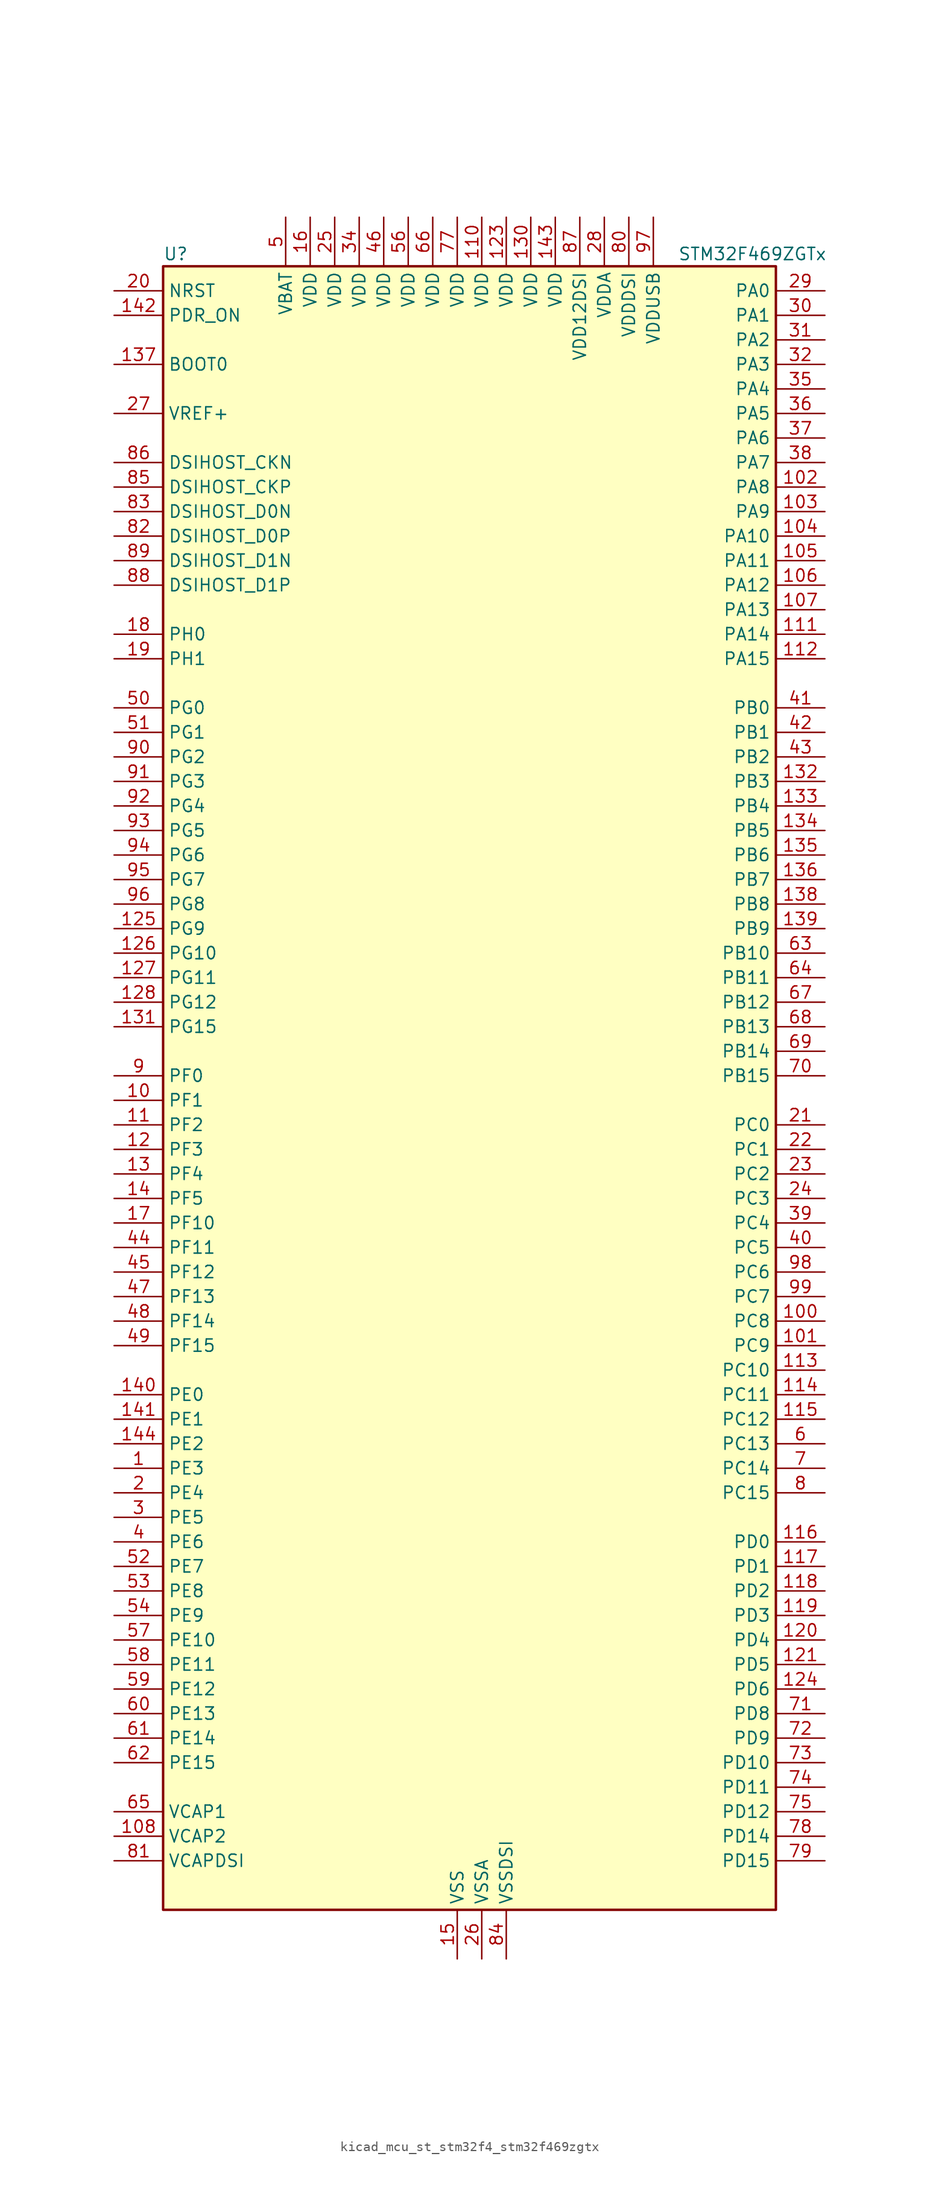
<source format=kicad_sym>
(kicad_symbol_lib
  (version 20220914)
  (generator kicad_symbol_editor)
  (symbol "kicad_mcu_st_stm32f4_stm32f469zgtx"
    (property "Reference" "U"
      (at -30.48 87.63 0)
      (effects (font (size 1.27 1.27)) (justify left)))
    (property "Value" "STM32F469ZGTx"
      (at 22.86 87.63 0)
      (effects (font (size 1.27 1.27)) (justify left)))
    (property "ki_locked" ""
      (at 0 0 0)
      (effects (font (size 1.27 1.27))))
    (symbol "kicad_mcu_st_stm32f4_stm32f469zgtx_0_1"
      (rectangle (start -30.48 -83.82) (end 33.02 86.36) (stroke (width 0.254) (type default)) (fill (type background))))
    (symbol "kicad_mcu_st_stm32f4_stm32f469zgtx_1_1"
      (pin bidirectional line (at -35.56 -38.1 0) (length 5.08) (name "PE3" (effects (font (size 1.27 1.27)))) (number "1" (effects (font (size 1.27 1.27)))) (alternate "FMC_A19" bidirectional line) (alternate "SAI1_SD_B" bidirectional line) (alternate "SYS_TRACED0" bidirectional line))
      (pin bidirectional line (at -35.56 0 0) (length 5.08) (name "PF1" (effects (font (size 1.27 1.27)))) (number "10" (effects (font (size 1.27 1.27)))) (alternate "FMC_A1" bidirectional line) (alternate "I2C2_SCL" bidirectional line))
      (pin bidirectional line (at 38.1 -22.86 180) (length 5.08) (name "PC8" (effects (font (size 1.27 1.27)))) (number "100" (effects (font (size 1.27 1.27)))) (alternate "DCMI_D2" bidirectional line) (alternate "SDIO_D0" bidirectional line) (alternate "SYS_TRACED1" bidirectional line) (alternate "TIM3_CH3" bidirectional line) (alternate "TIM8_CH3" bidirectional line) (alternate "USART6_CK" bidirectional line))
      (pin bidirectional line (at 38.1 -25.4 180) (length 5.08) (name "PC9" (effects (font (size 1.27 1.27)))) (number "101" (effects (font (size 1.27 1.27)))) (alternate "DAC_EXTI9" bidirectional line) (alternate "DCMI_D3" bidirectional line) (alternate "I2C3_SDA" bidirectional line) (alternate "I2S_CKIN" bidirectional line) (alternate "QUADSPI_BK1_IO0" bidirectional line) (alternate "RCC_MCO_2" bidirectional line) (alternate "SDIO_D1" bidirectional line) (alternate "TIM3_CH4" bidirectional line) (alternate "TIM8_CH4" bidirectional line))
      (pin bidirectional line (at 38.1 63.5 180) (length 5.08) (name "PA8" (effects (font (size 1.27 1.27)))) (number "102" (effects (font (size 1.27 1.27)))) (alternate "I2C3_SCL" bidirectional line) (alternate "LTDC_R6" bidirectional line) (alternate "RCC_MCO_1" bidirectional line) (alternate "TIM1_CH1" bidirectional line) (alternate "USART1_CK" bidirectional line) (alternate "USB_OTG_FS_SOF" bidirectional line))
      (pin bidirectional line (at 38.1 60.96 180) (length 5.08) (name "PA9" (effects (font (size 1.27 1.27)))) (number "103" (effects (font (size 1.27 1.27)))) (alternate "DAC_EXTI9" bidirectional line) (alternate "DCMI_D0" bidirectional line) (alternate "I2C3_SMBA" bidirectional line) (alternate "I2S2_CK" bidirectional line) (alternate "SPI2_SCK" bidirectional line) (alternate "TIM1_CH2" bidirectional line) (alternate "USART1_TX" bidirectional line) (alternate "USB_OTG_FS_VBUS" bidirectional line))
      (pin bidirectional line (at 38.1 58.42 180) (length 5.08) (name "PA10" (effects (font (size 1.27 1.27)))) (number "104" (effects (font (size 1.27 1.27)))) (alternate "DCMI_D1" bidirectional line) (alternate "TIM1_CH3" bidirectional line) (alternate "USART1_RX" bidirectional line) (alternate "USB_OTG_FS_ID" bidirectional line))
      (pin bidirectional line (at 38.1 55.88 180) (length 5.08) (name "PA11" (effects (font (size 1.27 1.27)))) (number "105" (effects (font (size 1.27 1.27)))) (alternate "ADC1_EXTI11" bidirectional line) (alternate "ADC2_EXTI11" bidirectional line) (alternate "ADC3_EXTI11" bidirectional line) (alternate "CAN1_RX" bidirectional line) (alternate "LTDC_R4" bidirectional line) (alternate "TIM1_CH4" bidirectional line) (alternate "USART1_CTS" bidirectional line) (alternate "USB_OTG_FS_DM" bidirectional line))
      (pin bidirectional line (at 38.1 53.34 180) (length 5.08) (name "PA12" (effects (font (size 1.27 1.27)))) (number "106" (effects (font (size 1.27 1.27)))) (alternate "CAN1_TX" bidirectional line) (alternate "LTDC_R5" bidirectional line) (alternate "TIM1_ETR" bidirectional line) (alternate "USART1_RTS" bidirectional line) (alternate "USB_OTG_FS_DP" bidirectional line))
      (pin bidirectional line (at 38.1 50.8 180) (length 5.08) (name "PA13" (effects (font (size 1.27 1.27)))) (number "107" (effects (font (size 1.27 1.27)))) (alternate "SYS_JTMS-SWDIO" bidirectional line))
      (pin power_out line (at -35.56 -76.2 0) (length 5.08) (name "VCAP2" (effects (font (size 1.27 1.27)))) (number "108" (effects (font (size 1.27 1.27)))))
      (pin passive line (at 0 -88.9 90) (length 5.08) hide (name "VSS" (effects (font (size 1.27 1.27)))) (number "109" (effects (font (size 1.27 1.27)))))
      (pin bidirectional line (at -35.56 -2.54 0) (length 5.08) (name "PF2" (effects (font (size 1.27 1.27)))) (number "11" (effects (font (size 1.27 1.27)))) (alternate "FMC_A2" bidirectional line) (alternate "I2C2_SMBA" bidirectional line))
      (pin power_in line (at 2.54 91.44 270) (length 5.08) (name "VDD" (effects (font (size 1.27 1.27)))) (number "110" (effects (font (size 1.27 1.27)))))
      (pin bidirectional line (at 38.1 48.26 180) (length 5.08) (name "PA14" (effects (font (size 1.27 1.27)))) (number "111" (effects (font (size 1.27 1.27)))) (alternate "SYS_JTCK-SWCLK" bidirectional line))
      (pin bidirectional line (at 38.1 45.72 180) (length 5.08) (name "PA15" (effects (font (size 1.27 1.27)))) (number "112" (effects (font (size 1.27 1.27)))) (alternate "ADC1_EXTI15" bidirectional line) (alternate "ADC2_EXTI15" bidirectional line) (alternate "ADC3_EXTI15" bidirectional line) (alternate "I2S3_WS" bidirectional line) (alternate "SPI1_NSS" bidirectional line) (alternate "SPI3_NSS" bidirectional line) (alternate "SYS_JTDI" bidirectional line) (alternate "TIM2_CH1" bidirectional line) (alternate "TIM2_ETR" bidirectional line))
      (pin bidirectional line (at 38.1 -27.94 180) (length 5.08) (name "PC10" (effects (font (size 1.27 1.27)))) (number "113" (effects (font (size 1.27 1.27)))) (alternate "DCMI_D8" bidirectional line) (alternate "I2S3_CK" bidirectional line) (alternate "LTDC_R2" bidirectional line) (alternate "QUADSPI_BK1_IO1" bidirectional line) (alternate "SDIO_D2" bidirectional line) (alternate "SPI3_SCK" bidirectional line) (alternate "UART4_TX" bidirectional line) (alternate "USART3_TX" bidirectional line))
      (pin bidirectional line (at 38.1 -30.48 180) (length 5.08) (name "PC11" (effects (font (size 1.27 1.27)))) (number "114" (effects (font (size 1.27 1.27)))) (alternate "ADC1_EXTI11" bidirectional line) (alternate "ADC2_EXTI11" bidirectional line) (alternate "ADC3_EXTI11" bidirectional line) (alternate "DCMI_D4" bidirectional line) (alternate "I2S3_ext_SD" bidirectional line) (alternate "QUADSPI_BK2_NCS" bidirectional line) (alternate "SDIO_D3" bidirectional line) (alternate "SPI3_MISO" bidirectional line) (alternate "UART4_RX" bidirectional line) (alternate "USART3_RX" bidirectional line))
      (pin bidirectional line (at 38.1 -33.02 180) (length 5.08) (name "PC12" (effects (font (size 1.27 1.27)))) (number "115" (effects (font (size 1.27 1.27)))) (alternate "DCMI_D9" bidirectional line) (alternate "I2S3_SD" bidirectional line) (alternate "SDIO_CK" bidirectional line) (alternate "SPI3_MOSI" bidirectional line) (alternate "SYS_TRACED3" bidirectional line) (alternate "UART5_TX" bidirectional line) (alternate "USART3_CK" bidirectional line))
      (pin bidirectional line (at 38.1 -45.72 180) (length 5.08) (name "PD0" (effects (font (size 1.27 1.27)))) (number "116" (effects (font (size 1.27 1.27)))) (alternate "CAN1_RX" bidirectional line) (alternate "FMC_D2" bidirectional line) (alternate "FMC_DA2" bidirectional line))
      (pin bidirectional line (at 38.1 -48.26 180) (length 5.08) (name "PD1" (effects (font (size 1.27 1.27)))) (number "117" (effects (font (size 1.27 1.27)))) (alternate "CAN1_TX" bidirectional line) (alternate "FMC_D3" bidirectional line) (alternate "FMC_DA3" bidirectional line))
      (pin bidirectional line (at 38.1 -50.8 180) (length 5.08) (name "PD2" (effects (font (size 1.27 1.27)))) (number "118" (effects (font (size 1.27 1.27)))) (alternate "DCMI_D11" bidirectional line) (alternate "SDIO_CMD" bidirectional line) (alternate "SYS_TRACED2" bidirectional line) (alternate "TIM3_ETR" bidirectional line) (alternate "UART5_RX" bidirectional line))
      (pin bidirectional line (at 38.1 -53.34 180) (length 5.08) (name "PD3" (effects (font (size 1.27 1.27)))) (number "119" (effects (font (size 1.27 1.27)))) (alternate "DCMI_D5" bidirectional line) (alternate "FMC_CLK" bidirectional line) (alternate "I2S2_CK" bidirectional line) (alternate "LTDC_G7" bidirectional line) (alternate "SPI2_SCK" bidirectional line) (alternate "USART2_CTS" bidirectional line))
      (pin bidirectional line (at -35.56 -5.08 0) (length 5.08) (name "PF3" (effects (font (size 1.27 1.27)))) (number "12" (effects (font (size 1.27 1.27)))) (alternate "ADC3_IN9" bidirectional line) (alternate "FMC_A3" bidirectional line))
      (pin bidirectional line (at 38.1 -55.88 180) (length 5.08) (name "PD4" (effects (font (size 1.27 1.27)))) (number "120" (effects (font (size 1.27 1.27)))) (alternate "FMC_NOE" bidirectional line) (alternate "USART2_RTS" bidirectional line))
      (pin bidirectional line (at 38.1 -58.42 180) (length 5.08) (name "PD5" (effects (font (size 1.27 1.27)))) (number "121" (effects (font (size 1.27 1.27)))) (alternate "FMC_NWE" bidirectional line) (alternate "USART2_TX" bidirectional line))
      (pin passive line (at 0 -88.9 90) (length 5.08) hide (name "VSS" (effects (font (size 1.27 1.27)))) (number "122" (effects (font (size 1.27 1.27)))))
      (pin power_in line (at 5.08 91.44 270) (length 5.08) (name "VDD" (effects (font (size 1.27 1.27)))) (number "123" (effects (font (size 1.27 1.27)))))
      (pin bidirectional line (at 38.1 -60.96 180) (length 5.08) (name "PD6" (effects (font (size 1.27 1.27)))) (number "124" (effects (font (size 1.27 1.27)))) (alternate "DCMI_D10" bidirectional line) (alternate "FMC_NWAIT" bidirectional line) (alternate "I2S3_SD" bidirectional line) (alternate "LTDC_B2" bidirectional line) (alternate "SAI1_SD_A" bidirectional line) (alternate "SPI3_MOSI" bidirectional line) (alternate "USART2_RX" bidirectional line))
      (pin bidirectional line (at -35.56 17.78 0) (length 5.08) (name "PG9" (effects (font (size 1.27 1.27)))) (number "125" (effects (font (size 1.27 1.27)))) (alternate "DAC_EXTI9" bidirectional line) (alternate "DCMI_VSYNC" bidirectional line) (alternate "FMC_NCE" bidirectional line) (alternate "FMC_NE2" bidirectional line) (alternate "QUADSPI_BK2_IO2" bidirectional line) (alternate "USART6_RX" bidirectional line))
      (pin bidirectional line (at -35.56 15.24 0) (length 5.08) (name "PG10" (effects (font (size 1.27 1.27)))) (number "126" (effects (font (size 1.27 1.27)))) (alternate "DCMI_D2" bidirectional line) (alternate "FMC_NE3" bidirectional line) (alternate "LTDC_B2" bidirectional line) (alternate "LTDC_G3" bidirectional line))
      (pin bidirectional line (at -35.56 12.7 0) (length 5.08) (name "PG11" (effects (font (size 1.27 1.27)))) (number "127" (effects (font (size 1.27 1.27)))) (alternate "ADC1_EXTI11" bidirectional line) (alternate "ADC2_EXTI11" bidirectional line) (alternate "ADC3_EXTI11" bidirectional line) (alternate "DCMI_D3" bidirectional line) (alternate "LTDC_B3" bidirectional line))
      (pin bidirectional line (at -35.56 10.16 0) (length 5.08) (name "PG12" (effects (font (size 1.27 1.27)))) (number "128" (effects (font (size 1.27 1.27)))) (alternate "FMC_NE4" bidirectional line) (alternate "LTDC_B1" bidirectional line) (alternate "LTDC_B4" bidirectional line) (alternate "USART6_RTS" bidirectional line))
      (pin passive line (at 0 -88.9 90) (length 5.08) hide (name "VSS" (effects (font (size 1.27 1.27)))) (number "129" (effects (font (size 1.27 1.27)))))
      (pin bidirectional line (at -35.56 -7.62 0) (length 5.08) (name "PF4" (effects (font (size 1.27 1.27)))) (number "13" (effects (font (size 1.27 1.27)))) (alternate "ADC3_IN14" bidirectional line) (alternate "FMC_A4" bidirectional line))
      (pin power_in line (at 7.62 91.44 270) (length 5.08) (name "VDD" (effects (font (size 1.27 1.27)))) (number "130" (effects (font (size 1.27 1.27)))))
      (pin bidirectional line (at -35.56 7.62 0) (length 5.08) (name "PG15" (effects (font (size 1.27 1.27)))) (number "131" (effects (font (size 1.27 1.27)))) (alternate "ADC1_EXTI15" bidirectional line) (alternate "ADC2_EXTI15" bidirectional line) (alternate "ADC3_EXTI15" bidirectional line) (alternate "DCMI_D13" bidirectional line) (alternate "FMC_SDNCAS" bidirectional line) (alternate "USART6_CTS" bidirectional line))
      (pin bidirectional line (at 38.1 33.02 180) (length 5.08) (name "PB3" (effects (font (size 1.27 1.27)))) (number "132" (effects (font (size 1.27 1.27)))) (alternate "I2S3_CK" bidirectional line) (alternate "SPI1_SCK" bidirectional line) (alternate "SPI3_SCK" bidirectional line) (alternate "SYS_JTDO-SWO" bidirectional line) (alternate "TIM2_CH2" bidirectional line))
      (pin bidirectional line (at 38.1 30.48 180) (length 5.08) (name "PB4" (effects (font (size 1.27 1.27)))) (number "133" (effects (font (size 1.27 1.27)))) (alternate "I2S3_ext_SD" bidirectional line) (alternate "SPI1_MISO" bidirectional line) (alternate "SPI3_MISO" bidirectional line) (alternate "SYS_JTRST" bidirectional line) (alternate "TIM3_CH1" bidirectional line))
      (pin bidirectional line (at 38.1 27.94 180) (length 5.08) (name "PB5" (effects (font (size 1.27 1.27)))) (number "134" (effects (font (size 1.27 1.27)))) (alternate "CAN2_RX" bidirectional line) (alternate "DCMI_D10" bidirectional line) (alternate "FMC_SDCKE1" bidirectional line) (alternate "I2C1_SMBA" bidirectional line) (alternate "I2S3_SD" bidirectional line) (alternate "LTDC_G7" bidirectional line) (alternate "SPI1_MOSI" bidirectional line) (alternate "SPI3_MOSI" bidirectional line) (alternate "TIM3_CH2" bidirectional line) (alternate "USB_OTG_HS_ULPI_D7" bidirectional line))
      (pin bidirectional line (at 38.1 25.4 180) (length 5.08) (name "PB6" (effects (font (size 1.27 1.27)))) (number "135" (effects (font (size 1.27 1.27)))) (alternate "CAN2_TX" bidirectional line) (alternate "DCMI_D5" bidirectional line) (alternate "FMC_SDNE1" bidirectional line) (alternate "I2C1_SCL" bidirectional line) (alternate "QUADSPI_BK1_NCS" bidirectional line) (alternate "TIM4_CH1" bidirectional line) (alternate "USART1_TX" bidirectional line))
      (pin bidirectional line (at 38.1 22.86 180) (length 5.08) (name "PB7" (effects (font (size 1.27 1.27)))) (number "136" (effects (font (size 1.27 1.27)))) (alternate "DCMI_VSYNC" bidirectional line) (alternate "FMC_NL" bidirectional line) (alternate "I2C1_SDA" bidirectional line) (alternate "TIM4_CH2" bidirectional line) (alternate "USART1_RX" bidirectional line))
      (pin input line (at -35.56 76.2 0) (length 5.08) (name "BOOT0" (effects (font (size 1.27 1.27)))) (number "137" (effects (font (size 1.27 1.27)))))
      (pin bidirectional line (at 38.1 20.32 180) (length 5.08) (name "PB8" (effects (font (size 1.27 1.27)))) (number "138" (effects (font (size 1.27 1.27)))) (alternate "CAN1_RX" bidirectional line) (alternate "DCMI_D6" bidirectional line) (alternate "I2C1_SCL" bidirectional line) (alternate "LTDC_B6" bidirectional line) (alternate "SDIO_D4" bidirectional line) (alternate "TIM10_CH1" bidirectional line) (alternate "TIM4_CH3" bidirectional line))
      (pin bidirectional line (at 38.1 17.78 180) (length 5.08) (name "PB9" (effects (font (size 1.27 1.27)))) (number "139" (effects (font (size 1.27 1.27)))) (alternate "CAN1_TX" bidirectional line) (alternate "DAC_EXTI9" bidirectional line) (alternate "DCMI_D7" bidirectional line) (alternate "I2C1_SDA" bidirectional line) (alternate "I2S2_WS" bidirectional line) (alternate "LTDC_B7" bidirectional line) (alternate "SDIO_D5" bidirectional line) (alternate "SPI2_NSS" bidirectional line) (alternate "TIM11_CH1" bidirectional line) (alternate "TIM4_CH4" bidirectional line))
      (pin bidirectional line (at -35.56 -10.16 0) (length 5.08) (name "PF5" (effects (font (size 1.27 1.27)))) (number "14" (effects (font (size 1.27 1.27)))) (alternate "ADC3_IN15" bidirectional line) (alternate "FMC_A5" bidirectional line))
      (pin bidirectional line (at -35.56 -30.48 0) (length 5.08) (name "PE0" (effects (font (size 1.27 1.27)))) (number "140" (effects (font (size 1.27 1.27)))) (alternate "DCMI_D2" bidirectional line) (alternate "FMC_NBL0" bidirectional line) (alternate "TIM4_ETR" bidirectional line) (alternate "UART8_RX" bidirectional line))
      (pin bidirectional line (at -35.56 -33.02 0) (length 5.08) (name "PE1" (effects (font (size 1.27 1.27)))) (number "141" (effects (font (size 1.27 1.27)))) (alternate "DCMI_D3" bidirectional line) (alternate "FMC_NBL1" bidirectional line) (alternate "UART8_TX" bidirectional line))
      (pin input line (at -35.56 81.28 0) (length 5.08) (name "PDR_ON" (effects (font (size 1.27 1.27)))) (number "142" (effects (font (size 1.27 1.27)))))
      (pin power_in line (at 10.16 91.44 270) (length 5.08) (name "VDD" (effects (font (size 1.27 1.27)))) (number "143" (effects (font (size 1.27 1.27)))))
      (pin bidirectional line (at -35.56 -35.56 0) (length 5.08) (name "PE2" (effects (font (size 1.27 1.27)))) (number "144" (effects (font (size 1.27 1.27)))) (alternate "FMC_A23" bidirectional line) (alternate "QUADSPI_BK1_IO2" bidirectional line) (alternate "SAI1_MCLK_A" bidirectional line) (alternate "SPI4_SCK" bidirectional line) (alternate "SYS_TRACECLK" bidirectional line))
      (pin power_in line (at 0 -88.9 90) (length 5.08) (name "VSS" (effects (font (size 1.27 1.27)))) (number "15" (effects (font (size 1.27 1.27)))))
      (pin power_in line (at -15.24 91.44 270) (length 5.08) (name "VDD" (effects (font (size 1.27 1.27)))) (number "16" (effects (font (size 1.27 1.27)))))
      (pin bidirectional line (at -35.56 -12.7 0) (length 5.08) (name "PF10" (effects (font (size 1.27 1.27)))) (number "17" (effects (font (size 1.27 1.27)))) (alternate "ADC3_IN8" bidirectional line) (alternate "DCMI_D11" bidirectional line) (alternate "LTDC_DE" bidirectional line) (alternate "QUADSPI_CLK" bidirectional line))
      (pin bidirectional line (at -35.56 48.26 0) (length 5.08) (name "PH0" (effects (font (size 1.27 1.27)))) (number "18" (effects (font (size 1.27 1.27)))) (alternate "RCC_OSC_IN" bidirectional line))
      (pin bidirectional line (at -35.56 45.72 0) (length 5.08) (name "PH1" (effects (font (size 1.27 1.27)))) (number "19" (effects (font (size 1.27 1.27)))) (alternate "RCC_OSC_OUT" bidirectional line))
      (pin bidirectional line (at -35.56 -40.64 0) (length 5.08) (name "PE4" (effects (font (size 1.27 1.27)))) (number "2" (effects (font (size 1.27 1.27)))) (alternate "DCMI_D4" bidirectional line) (alternate "FMC_A20" bidirectional line) (alternate "LTDC_B0" bidirectional line) (alternate "SAI1_FS_A" bidirectional line) (alternate "SPI4_NSS" bidirectional line) (alternate "SYS_TRACED1" bidirectional line))
      (pin input line (at -35.56 83.82 0) (length 5.08) (name "NRST" (effects (font (size 1.27 1.27)))) (number "20" (effects (font (size 1.27 1.27)))))
      (pin bidirectional line (at 38.1 -2.54 180) (length 5.08) (name "PC0" (effects (font (size 1.27 1.27)))) (number "21" (effects (font (size 1.27 1.27)))) (alternate "ADC1_IN10" bidirectional line) (alternate "ADC2_IN10" bidirectional line) (alternate "ADC3_IN10" bidirectional line) (alternate "FMC_SDNWE" bidirectional line) (alternate "LTDC_R5" bidirectional line) (alternate "USB_OTG_HS_ULPI_STP" bidirectional line))
      (pin bidirectional line (at 38.1 -5.08 180) (length 5.08) (name "PC1" (effects (font (size 1.27 1.27)))) (number "22" (effects (font (size 1.27 1.27)))) (alternate "ADC1_IN11" bidirectional line) (alternate "ADC2_IN11" bidirectional line) (alternate "ADC3_IN11" bidirectional line) (alternate "I2S2_SD" bidirectional line) (alternate "SAI1_SD_A" bidirectional line) (alternate "SPI2_MOSI" bidirectional line) (alternate "SYS_TRACED0" bidirectional line))
      (pin bidirectional line (at 38.1 -7.62 180) (length 5.08) (name "PC2" (effects (font (size 1.27 1.27)))) (number "23" (effects (font (size 1.27 1.27)))) (alternate "ADC1_IN12" bidirectional line) (alternate "ADC2_IN12" bidirectional line) (alternate "ADC3_IN12" bidirectional line) (alternate "FMC_SDNE0" bidirectional line) (alternate "I2S2_ext_SD" bidirectional line) (alternate "SPI2_MISO" bidirectional line) (alternate "USB_OTG_HS_ULPI_DIR" bidirectional line))
      (pin bidirectional line (at 38.1 -10.16 180) (length 5.08) (name "PC3" (effects (font (size 1.27 1.27)))) (number "24" (effects (font (size 1.27 1.27)))) (alternate "ADC1_IN13" bidirectional line) (alternate "ADC2_IN13" bidirectional line) (alternate "ADC3_IN13" bidirectional line) (alternate "FMC_SDCKE0" bidirectional line) (alternate "I2S2_SD" bidirectional line) (alternate "SPI2_MOSI" bidirectional line) (alternate "USB_OTG_HS_ULPI_NXT" bidirectional line))
      (pin power_in line (at -12.7 91.44 270) (length 5.08) (name "VDD" (effects (font (size 1.27 1.27)))) (number "25" (effects (font (size 1.27 1.27)))))
      (pin power_in line (at 2.54 -88.9 90) (length 5.08) (name "VSSA" (effects (font (size 1.27 1.27)))) (number "26" (effects (font (size 1.27 1.27)))))
      (pin input line (at -35.56 71.12 0) (length 5.08) (name "VREF+" (effects (font (size 1.27 1.27)))) (number "27" (effects (font (size 1.27 1.27)))))
      (pin power_in line (at 15.24 91.44 270) (length 5.08) (name "VDDA" (effects (font (size 1.27 1.27)))) (number "28" (effects (font (size 1.27 1.27)))))
      (pin bidirectional line (at 38.1 83.82 180) (length 5.08) (name "PA0" (effects (font (size 1.27 1.27)))) (number "29" (effects (font (size 1.27 1.27)))) (alternate "ADC1_IN0" bidirectional line) (alternate "ADC2_IN0" bidirectional line) (alternate "ADC3_IN0" bidirectional line) (alternate "SYS_WKUP" bidirectional line) (alternate "TIM2_CH1" bidirectional line) (alternate "TIM2_ETR" bidirectional line) (alternate "TIM5_CH1" bidirectional line) (alternate "TIM8_ETR" bidirectional line) (alternate "UART4_TX" bidirectional line) (alternate "USART2_CTS" bidirectional line))
      (pin bidirectional line (at -35.56 -43.18 0) (length 5.08) (name "PE5" (effects (font (size 1.27 1.27)))) (number "3" (effects (font (size 1.27 1.27)))) (alternate "DCMI_D6" bidirectional line) (alternate "FMC_A21" bidirectional line) (alternate "LTDC_G0" bidirectional line) (alternate "SAI1_SCK_A" bidirectional line) (alternate "SPI4_MISO" bidirectional line) (alternate "SYS_TRACED2" bidirectional line) (alternate "TIM9_CH1" bidirectional line))
      (pin bidirectional line (at 38.1 81.28 180) (length 5.08) (name "PA1" (effects (font (size 1.27 1.27)))) (number "30" (effects (font (size 1.27 1.27)))) (alternate "ADC1_IN1" bidirectional line) (alternate "ADC2_IN1" bidirectional line) (alternate "ADC3_IN1" bidirectional line) (alternate "LTDC_R2" bidirectional line) (alternate "QUADSPI_BK1_IO3" bidirectional line) (alternate "TIM2_CH2" bidirectional line) (alternate "TIM5_CH2" bidirectional line) (alternate "UART4_RX" bidirectional line) (alternate "USART2_RTS" bidirectional line))
      (pin bidirectional line (at 38.1 78.74 180) (length 5.08) (name "PA2" (effects (font (size 1.27 1.27)))) (number "31" (effects (font (size 1.27 1.27)))) (alternate "ADC1_IN2" bidirectional line) (alternate "ADC2_IN2" bidirectional line) (alternate "ADC3_IN2" bidirectional line) (alternate "LTDC_R1" bidirectional line) (alternate "TIM2_CH3" bidirectional line) (alternate "TIM5_CH3" bidirectional line) (alternate "TIM9_CH1" bidirectional line) (alternate "USART2_TX" bidirectional line))
      (pin bidirectional line (at 38.1 76.2 180) (length 5.08) (name "PA3" (effects (font (size 1.27 1.27)))) (number "32" (effects (font (size 1.27 1.27)))) (alternate "ADC1_IN3" bidirectional line) (alternate "ADC2_IN3" bidirectional line) (alternate "ADC3_IN3" bidirectional line) (alternate "LTDC_B2" bidirectional line) (alternate "LTDC_B5" bidirectional line) (alternate "TIM2_CH4" bidirectional line) (alternate "TIM5_CH4" bidirectional line) (alternate "TIM9_CH2" bidirectional line) (alternate "USART2_RX" bidirectional line) (alternate "USB_OTG_HS_ULPI_D0" bidirectional line))
      (pin passive line (at 0 -88.9 90) (length 5.08) hide (name "VSS" (effects (font (size 1.27 1.27)))) (number "33" (effects (font (size 1.27 1.27)))))
      (pin power_in line (at -10.16 91.44 270) (length 5.08) (name "VDD" (effects (font (size 1.27 1.27)))) (number "34" (effects (font (size 1.27 1.27)))))
      (pin bidirectional line (at 38.1 73.66 180) (length 5.08) (name "PA4" (effects (font (size 1.27 1.27)))) (number "35" (effects (font (size 1.27 1.27)))) (alternate "ADC1_IN4" bidirectional line) (alternate "ADC2_IN4" bidirectional line) (alternate "DAC_OUT1" bidirectional line) (alternate "DCMI_HSYNC" bidirectional line) (alternate "I2S3_WS" bidirectional line) (alternate "LTDC_VSYNC" bidirectional line) (alternate "SPI1_NSS" bidirectional line) (alternate "SPI3_NSS" bidirectional line) (alternate "USART2_CK" bidirectional line) (alternate "USB_OTG_HS_SOF" bidirectional line))
      (pin bidirectional line (at 38.1 71.12 180) (length 5.08) (name "PA5" (effects (font (size 1.27 1.27)))) (number "36" (effects (font (size 1.27 1.27)))) (alternate "ADC1_IN5" bidirectional line) (alternate "ADC2_IN5" bidirectional line) (alternate "DAC_OUT2" bidirectional line) (alternate "LTDC_R4" bidirectional line) (alternate "SPI1_SCK" bidirectional line) (alternate "TIM2_CH1" bidirectional line) (alternate "TIM2_ETR" bidirectional line) (alternate "TIM8_CH1N" bidirectional line) (alternate "USB_OTG_HS_ULPI_CK" bidirectional line))
      (pin bidirectional line (at 38.1 68.58 180) (length 5.08) (name "PA6" (effects (font (size 1.27 1.27)))) (number "37" (effects (font (size 1.27 1.27)))) (alternate "ADC1_IN6" bidirectional line) (alternate "ADC2_IN6" bidirectional line) (alternate "DCMI_PIXCLK" bidirectional line) (alternate "LTDC_G2" bidirectional line) (alternate "SPI1_MISO" bidirectional line) (alternate "TIM13_CH1" bidirectional line) (alternate "TIM1_BKIN" bidirectional line) (alternate "TIM3_CH1" bidirectional line) (alternate "TIM8_BKIN" bidirectional line))
      (pin bidirectional line (at 38.1 66.04 180) (length 5.08) (name "PA7" (effects (font (size 1.27 1.27)))) (number "38" (effects (font (size 1.27 1.27)))) (alternate "ADC1_IN7" bidirectional line) (alternate "ADC2_IN7" bidirectional line) (alternate "FMC_SDNWE" bidirectional line) (alternate "QUADSPI_CLK" bidirectional line) (alternate "SPI1_MOSI" bidirectional line) (alternate "TIM14_CH1" bidirectional line) (alternate "TIM1_CH1N" bidirectional line) (alternate "TIM3_CH2" bidirectional line) (alternate "TIM8_CH1N" bidirectional line))
      (pin bidirectional line (at 38.1 -12.7 180) (length 5.08) (name "PC4" (effects (font (size 1.27 1.27)))) (number "39" (effects (font (size 1.27 1.27)))) (alternate "ADC1_IN14" bidirectional line) (alternate "ADC2_IN14" bidirectional line) (alternate "FMC_SDNE0" bidirectional line))
      (pin bidirectional line (at -35.56 -45.72 0) (length 5.08) (name "PE6" (effects (font (size 1.27 1.27)))) (number "4" (effects (font (size 1.27 1.27)))) (alternate "DCMI_D7" bidirectional line) (alternate "FMC_A22" bidirectional line) (alternate "LTDC_G1" bidirectional line) (alternate "SAI1_SD_A" bidirectional line) (alternate "SPI4_MOSI" bidirectional line) (alternate "SYS_TRACED3" bidirectional line) (alternate "TIM9_CH2" bidirectional line))
      (pin bidirectional line (at 38.1 -15.24 180) (length 5.08) (name "PC5" (effects (font (size 1.27 1.27)))) (number "40" (effects (font (size 1.27 1.27)))) (alternate "ADC1_IN15" bidirectional line) (alternate "ADC2_IN15" bidirectional line) (alternate "FMC_SDCKE0" bidirectional line))
      (pin bidirectional line (at 38.1 40.64 180) (length 5.08) (name "PB0" (effects (font (size 1.27 1.27)))) (number "41" (effects (font (size 1.27 1.27)))) (alternate "ADC1_IN8" bidirectional line) (alternate "ADC2_IN8" bidirectional line) (alternate "LTDC_G1" bidirectional line) (alternate "LTDC_R3" bidirectional line) (alternate "TIM1_CH2N" bidirectional line) (alternate "TIM3_CH3" bidirectional line) (alternate "TIM8_CH2N" bidirectional line) (alternate "USB_OTG_HS_ULPI_D1" bidirectional line))
      (pin bidirectional line (at 38.1 38.1 180) (length 5.08) (name "PB1" (effects (font (size 1.27 1.27)))) (number "42" (effects (font (size 1.27 1.27)))) (alternate "ADC1_IN9" bidirectional line) (alternate "ADC2_IN9" bidirectional line) (alternate "LTDC_G0" bidirectional line) (alternate "LTDC_R6" bidirectional line) (alternate "TIM1_CH3N" bidirectional line) (alternate "TIM3_CH4" bidirectional line) (alternate "TIM8_CH3N" bidirectional line) (alternate "USB_OTG_HS_ULPI_D2" bidirectional line))
      (pin bidirectional line (at 38.1 35.56 180) (length 5.08) (name "PB2" (effects (font (size 1.27 1.27)))) (number "43" (effects (font (size 1.27 1.27)))))
      (pin bidirectional line (at -35.56 -15.24 0) (length 5.08) (name "PF11" (effects (font (size 1.27 1.27)))) (number "44" (effects (font (size 1.27 1.27)))) (alternate "ADC1_EXTI11" bidirectional line) (alternate "ADC2_EXTI11" bidirectional line) (alternate "ADC3_EXTI11" bidirectional line) (alternate "DCMI_D12" bidirectional line) (alternate "FMC_SDNRAS" bidirectional line))
      (pin bidirectional line (at -35.56 -17.78 0) (length 5.08) (name "PF12" (effects (font (size 1.27 1.27)))) (number "45" (effects (font (size 1.27 1.27)))) (alternate "FMC_A6" bidirectional line))
      (pin power_in line (at -7.62 91.44 270) (length 5.08) (name "VDD" (effects (font (size 1.27 1.27)))) (number "46" (effects (font (size 1.27 1.27)))))
      (pin bidirectional line (at -35.56 -20.32 0) (length 5.08) (name "PF13" (effects (font (size 1.27 1.27)))) (number "47" (effects (font (size 1.27 1.27)))) (alternate "FMC_A7" bidirectional line))
      (pin bidirectional line (at -35.56 -22.86 0) (length 5.08) (name "PF14" (effects (font (size 1.27 1.27)))) (number "48" (effects (font (size 1.27 1.27)))) (alternate "FMC_A8" bidirectional line))
      (pin bidirectional line (at -35.56 -25.4 0) (length 5.08) (name "PF15" (effects (font (size 1.27 1.27)))) (number "49" (effects (font (size 1.27 1.27)))) (alternate "ADC1_EXTI15" bidirectional line) (alternate "ADC2_EXTI15" bidirectional line) (alternate "ADC3_EXTI15" bidirectional line) (alternate "FMC_A9" bidirectional line))
      (pin power_in line (at -17.78 91.44 270) (length 5.08) (name "VBAT" (effects (font (size 1.27 1.27)))) (number "5" (effects (font (size 1.27 1.27)))))
      (pin bidirectional line (at -35.56 40.64 0) (length 5.08) (name "PG0" (effects (font (size 1.27 1.27)))) (number "50" (effects (font (size 1.27 1.27)))) (alternate "FMC_A10" bidirectional line))
      (pin bidirectional line (at -35.56 38.1 0) (length 5.08) (name "PG1" (effects (font (size 1.27 1.27)))) (number "51" (effects (font (size 1.27 1.27)))) (alternate "FMC_A11" bidirectional line))
      (pin bidirectional line (at -35.56 -48.26 0) (length 5.08) (name "PE7" (effects (font (size 1.27 1.27)))) (number "52" (effects (font (size 1.27 1.27)))) (alternate "FMC_D4" bidirectional line) (alternate "FMC_DA4" bidirectional line) (alternate "QUADSPI_BK2_IO0" bidirectional line) (alternate "TIM1_ETR" bidirectional line) (alternate "UART7_RX" bidirectional line))
      (pin bidirectional line (at -35.56 -50.8 0) (length 5.08) (name "PE8" (effects (font (size 1.27 1.27)))) (number "53" (effects (font (size 1.27 1.27)))) (alternate "FMC_D5" bidirectional line) (alternate "FMC_DA5" bidirectional line) (alternate "QUADSPI_BK2_IO1" bidirectional line) (alternate "TIM1_CH1N" bidirectional line) (alternate "UART7_TX" bidirectional line))
      (pin bidirectional line (at -35.56 -53.34 0) (length 5.08) (name "PE9" (effects (font (size 1.27 1.27)))) (number "54" (effects (font (size 1.27 1.27)))) (alternate "DAC_EXTI9" bidirectional line) (alternate "FMC_D6" bidirectional line) (alternate "FMC_DA6" bidirectional line) (alternate "QUADSPI_BK2_IO2" bidirectional line) (alternate "TIM1_CH1" bidirectional line))
      (pin passive line (at 0 -88.9 90) (length 5.08) hide (name "VSS" (effects (font (size 1.27 1.27)))) (number "55" (effects (font (size 1.27 1.27)))))
      (pin power_in line (at -5.08 91.44 270) (length 5.08) (name "VDD" (effects (font (size 1.27 1.27)))) (number "56" (effects (font (size 1.27 1.27)))))
      (pin bidirectional line (at -35.56 -55.88 0) (length 5.08) (name "PE10" (effects (font (size 1.27 1.27)))) (number "57" (effects (font (size 1.27 1.27)))) (alternate "FMC_D7" bidirectional line) (alternate "FMC_DA7" bidirectional line) (alternate "QUADSPI_BK2_IO3" bidirectional line) (alternate "TIM1_CH2N" bidirectional line))
      (pin bidirectional line (at -35.56 -58.42 0) (length 5.08) (name "PE11" (effects (font (size 1.27 1.27)))) (number "58" (effects (font (size 1.27 1.27)))) (alternate "ADC1_EXTI11" bidirectional line) (alternate "ADC2_EXTI11" bidirectional line) (alternate "ADC3_EXTI11" bidirectional line) (alternate "FMC_D8" bidirectional line) (alternate "FMC_DA8" bidirectional line) (alternate "LTDC_G3" bidirectional line) (alternate "SPI4_NSS" bidirectional line) (alternate "TIM1_CH2" bidirectional line))
      (pin bidirectional line (at -35.56 -60.96 0) (length 5.08) (name "PE12" (effects (font (size 1.27 1.27)))) (number "59" (effects (font (size 1.27 1.27)))) (alternate "FMC_D9" bidirectional line) (alternate "FMC_DA9" bidirectional line) (alternate "LTDC_B4" bidirectional line) (alternate "SPI4_SCK" bidirectional line) (alternate "TIM1_CH3N" bidirectional line))
      (pin bidirectional line (at 38.1 -35.56 180) (length 5.08) (name "PC13" (effects (font (size 1.27 1.27)))) (number "6" (effects (font (size 1.27 1.27)))) (alternate "RTC_AF1" bidirectional line))
      (pin bidirectional line (at -35.56 -63.5 0) (length 5.08) (name "PE13" (effects (font (size 1.27 1.27)))) (number "60" (effects (font (size 1.27 1.27)))) (alternate "FMC_D10" bidirectional line) (alternate "FMC_DA10" bidirectional line) (alternate "LTDC_DE" bidirectional line) (alternate "SPI4_MISO" bidirectional line) (alternate "TIM1_CH3" bidirectional line))
      (pin bidirectional line (at -35.56 -66.04 0) (length 5.08) (name "PE14" (effects (font (size 1.27 1.27)))) (number "61" (effects (font (size 1.27 1.27)))) (alternate "FMC_D11" bidirectional line) (alternate "FMC_DA11" bidirectional line) (alternate "LTDC_CLK" bidirectional line) (alternate "SPI4_MOSI" bidirectional line) (alternate "TIM1_CH4" bidirectional line))
      (pin bidirectional line (at -35.56 -68.58 0) (length 5.08) (name "PE15" (effects (font (size 1.27 1.27)))) (number "62" (effects (font (size 1.27 1.27)))) (alternate "ADC1_EXTI15" bidirectional line) (alternate "ADC2_EXTI15" bidirectional line) (alternate "ADC3_EXTI15" bidirectional line) (alternate "FMC_D12" bidirectional line) (alternate "FMC_DA12" bidirectional line) (alternate "LTDC_R7" bidirectional line) (alternate "TIM1_BKIN" bidirectional line))
      (pin bidirectional line (at 38.1 15.24 180) (length 5.08) (name "PB10" (effects (font (size 1.27 1.27)))) (number "63" (effects (font (size 1.27 1.27)))) (alternate "I2C2_SCL" bidirectional line) (alternate "I2S2_CK" bidirectional line) (alternate "LTDC_G4" bidirectional line) (alternate "QUADSPI_BK1_NCS" bidirectional line) (alternate "SPI2_SCK" bidirectional line) (alternate "TIM2_CH3" bidirectional line) (alternate "USART3_TX" bidirectional line) (alternate "USB_OTG_HS_ULPI_D3" bidirectional line))
      (pin bidirectional line (at 38.1 12.7 180) (length 5.08) (name "PB11" (effects (font (size 1.27 1.27)))) (number "64" (effects (font (size 1.27 1.27)))) (alternate "ADC1_EXTI11" bidirectional line) (alternate "ADC2_EXTI11" bidirectional line) (alternate "ADC3_EXTI11" bidirectional line) (alternate "DSIHOST_TE" bidirectional line) (alternate "I2C2_SDA" bidirectional line) (alternate "LTDC_G5" bidirectional line) (alternate "TIM2_CH4" bidirectional line) (alternate "USART3_RX" bidirectional line) (alternate "USB_OTG_HS_ULPI_D4" bidirectional line))
      (pin power_out line (at -35.56 -73.66 0) (length 5.08) (name "VCAP1" (effects (font (size 1.27 1.27)))) (number "65" (effects (font (size 1.27 1.27)))))
      (pin power_in line (at -2.54 91.44 270) (length 5.08) (name "VDD" (effects (font (size 1.27 1.27)))) (number "66" (effects (font (size 1.27 1.27)))))
      (pin bidirectional line (at 38.1 10.16 180) (length 5.08) (name "PB12" (effects (font (size 1.27 1.27)))) (number "67" (effects (font (size 1.27 1.27)))) (alternate "CAN2_RX" bidirectional line) (alternate "I2C2_SMBA" bidirectional line) (alternate "I2S2_WS" bidirectional line) (alternate "SPI2_NSS" bidirectional line) (alternate "TIM1_BKIN" bidirectional line) (alternate "USART3_CK" bidirectional line) (alternate "USB_OTG_HS_ID" bidirectional line) (alternate "USB_OTG_HS_ULPI_D5" bidirectional line))
      (pin bidirectional line (at 38.1 7.62 180) (length 5.08) (name "PB13" (effects (font (size 1.27 1.27)))) (number "68" (effects (font (size 1.27 1.27)))) (alternate "CAN2_TX" bidirectional line) (alternate "I2S2_CK" bidirectional line) (alternate "SPI2_SCK" bidirectional line) (alternate "TIM1_CH1N" bidirectional line) (alternate "USART3_CTS" bidirectional line) (alternate "USB_OTG_HS_ULPI_D6" bidirectional line) (alternate "USB_OTG_HS_VBUS" bidirectional line))
      (pin bidirectional line (at 38.1 5.08 180) (length 5.08) (name "PB14" (effects (font (size 1.27 1.27)))) (number "69" (effects (font (size 1.27 1.27)))) (alternate "I2S2_ext_SD" bidirectional line) (alternate "SPI2_MISO" bidirectional line) (alternate "TIM12_CH1" bidirectional line) (alternate "TIM1_CH2N" bidirectional line) (alternate "TIM8_CH2N" bidirectional line) (alternate "USART3_RTS" bidirectional line) (alternate "USB_OTG_HS_DM" bidirectional line))
      (pin bidirectional line (at 38.1 -38.1 180) (length 5.08) (name "PC14" (effects (font (size 1.27 1.27)))) (number "7" (effects (font (size 1.27 1.27)))) (alternate "RCC_OSC32_IN" bidirectional line))
      (pin bidirectional line (at 38.1 2.54 180) (length 5.08) (name "PB15" (effects (font (size 1.27 1.27)))) (number "70" (effects (font (size 1.27 1.27)))) (alternate "ADC1_EXTI15" bidirectional line) (alternate "ADC2_EXTI15" bidirectional line) (alternate "ADC3_EXTI15" bidirectional line) (alternate "I2S2_SD" bidirectional line) (alternate "RTC_REFIN" bidirectional line) (alternate "SPI2_MOSI" bidirectional line) (alternate "TIM12_CH2" bidirectional line) (alternate "TIM1_CH3N" bidirectional line) (alternate "TIM8_CH3N" bidirectional line) (alternate "USB_OTG_HS_DP" bidirectional line))
      (pin bidirectional line (at 38.1 -63.5 180) (length 5.08) (name "PD8" (effects (font (size 1.27 1.27)))) (number "71" (effects (font (size 1.27 1.27)))) (alternate "FMC_D13" bidirectional line) (alternate "FMC_DA13" bidirectional line) (alternate "USART3_TX" bidirectional line))
      (pin bidirectional line (at 38.1 -66.04 180) (length 5.08) (name "PD9" (effects (font (size 1.27 1.27)))) (number "72" (effects (font (size 1.27 1.27)))) (alternate "DAC_EXTI9" bidirectional line) (alternate "FMC_D14" bidirectional line) (alternate "FMC_DA14" bidirectional line) (alternate "USART3_RX" bidirectional line))
      (pin bidirectional line (at 38.1 -68.58 180) (length 5.08) (name "PD10" (effects (font (size 1.27 1.27)))) (number "73" (effects (font (size 1.27 1.27)))) (alternate "FMC_D15" bidirectional line) (alternate "FMC_DA15" bidirectional line) (alternate "LTDC_B3" bidirectional line) (alternate "USART3_CK" bidirectional line))
      (pin bidirectional line (at 38.1 -71.12 180) (length 5.08) (name "PD11" (effects (font (size 1.27 1.27)))) (number "74" (effects (font (size 1.27 1.27)))) (alternate "ADC1_EXTI11" bidirectional line) (alternate "ADC2_EXTI11" bidirectional line) (alternate "ADC3_EXTI11" bidirectional line) (alternate "FMC_A16" bidirectional line) (alternate "FMC_CLE" bidirectional line) (alternate "QUADSPI_BK1_IO0" bidirectional line) (alternate "USART3_CTS" bidirectional line))
      (pin bidirectional line (at 38.1 -73.66 180) (length 5.08) (name "PD12" (effects (font (size 1.27 1.27)))) (number "75" (effects (font (size 1.27 1.27)))) (alternate "FMC_A17" bidirectional line) (alternate "FMC_ALE" bidirectional line) (alternate "QUADSPI_BK1_IO1" bidirectional line) (alternate "TIM4_CH1" bidirectional line) (alternate "USART3_RTS" bidirectional line))
      (pin passive line (at 0 -88.9 90) (length 5.08) hide (name "VSS" (effects (font (size 1.27 1.27)))) (number "76" (effects (font (size 1.27 1.27)))))
      (pin power_in line (at 0 91.44 270) (length 5.08) (name "VDD" (effects (font (size 1.27 1.27)))) (number "77" (effects (font (size 1.27 1.27)))))
      (pin bidirectional line (at 38.1 -76.2 180) (length 5.08) (name "PD14" (effects (font (size 1.27 1.27)))) (number "78" (effects (font (size 1.27 1.27)))) (alternate "FMC_D0" bidirectional line) (alternate "FMC_DA0" bidirectional line) (alternate "TIM4_CH3" bidirectional line))
      (pin bidirectional line (at 38.1 -78.74 180) (length 5.08) (name "PD15" (effects (font (size 1.27 1.27)))) (number "79" (effects (font (size 1.27 1.27)))) (alternate "ADC1_EXTI15" bidirectional line) (alternate "ADC2_EXTI15" bidirectional line) (alternate "ADC3_EXTI15" bidirectional line) (alternate "FMC_D1" bidirectional line) (alternate "FMC_DA1" bidirectional line) (alternate "TIM4_CH4" bidirectional line))
      (pin bidirectional line (at 38.1 -40.64 180) (length 5.08) (name "PC15" (effects (font (size 1.27 1.27)))) (number "8" (effects (font (size 1.27 1.27)))) (alternate "ADC1_EXTI15" bidirectional line) (alternate "ADC2_EXTI15" bidirectional line) (alternate "ADC3_EXTI15" bidirectional line) (alternate "RCC_OSC32_OUT" bidirectional line))
      (pin power_in line (at 17.78 91.44 270) (length 5.08) (name "VDDDSI" (effects (font (size 1.27 1.27)))) (number "80" (effects (font (size 1.27 1.27)))))
      (pin power_out line (at -35.56 -78.74 0) (length 5.08) (name "VCAPDSI" (effects (font (size 1.27 1.27)))) (number "81" (effects (font (size 1.27 1.27)))))
      (pin bidirectional line (at -35.56 58.42 0) (length 5.08) (name "DSIHOST_D0P" (effects (font (size 1.27 1.27)))) (number "82" (effects (font (size 1.27 1.27)))) (alternate "DSIHOST_D0P" bidirectional line))
      (pin bidirectional line (at -35.56 60.96 0) (length 5.08) (name "DSIHOST_D0N" (effects (font (size 1.27 1.27)))) (number "83" (effects (font (size 1.27 1.27)))) (alternate "DSIHOST_D0N" bidirectional line))
      (pin power_in line (at 5.08 -88.9 90) (length 5.08) (name "VSSDSI" (effects (font (size 1.27 1.27)))) (number "84" (effects (font (size 1.27 1.27)))))
      (pin bidirectional line (at -35.56 63.5 0) (length 5.08) (name "DSIHOST_CKP" (effects (font (size 1.27 1.27)))) (number "85" (effects (font (size 1.27 1.27)))) (alternate "DSIHOST_CKP" bidirectional line))
      (pin bidirectional line (at -35.56 66.04 0) (length 5.08) (name "DSIHOST_CKN" (effects (font (size 1.27 1.27)))) (number "86" (effects (font (size 1.27 1.27)))) (alternate "DSIHOST_CKN" bidirectional line))
      (pin power_in line (at 12.7 91.44 270) (length 5.08) (name "VDD12DSI" (effects (font (size 1.27 1.27)))) (number "87" (effects (font (size 1.27 1.27)))))
      (pin bidirectional line (at -35.56 53.34 0) (length 5.08) (name "DSIHOST_D1P" (effects (font (size 1.27 1.27)))) (number "88" (effects (font (size 1.27 1.27)))) (alternate "DSIHOST_D1P" bidirectional line))
      (pin bidirectional line (at -35.56 55.88 0) (length 5.08) (name "DSIHOST_D1N" (effects (font (size 1.27 1.27)))) (number "89" (effects (font (size 1.27 1.27)))) (alternate "DSIHOST_D1N" bidirectional line))
      (pin bidirectional line (at -35.56 2.54 0) (length 5.08) (name "PF0" (effects (font (size 1.27 1.27)))) (number "9" (effects (font (size 1.27 1.27)))) (alternate "FMC_A0" bidirectional line) (alternate "I2C2_SDA" bidirectional line))
      (pin bidirectional line (at -35.56 35.56 0) (length 5.08) (name "PG2" (effects (font (size 1.27 1.27)))) (number "90" (effects (font (size 1.27 1.27)))) (alternate "FMC_A12" bidirectional line))
      (pin bidirectional line (at -35.56 33.02 0) (length 5.08) (name "PG3" (effects (font (size 1.27 1.27)))) (number "91" (effects (font (size 1.27 1.27)))) (alternate "FMC_A13" bidirectional line))
      (pin bidirectional line (at -35.56 30.48 0) (length 5.08) (name "PG4" (effects (font (size 1.27 1.27)))) (number "92" (effects (font (size 1.27 1.27)))) (alternate "FMC_A14" bidirectional line) (alternate "FMC_BA0" bidirectional line))
      (pin bidirectional line (at -35.56 27.94 0) (length 5.08) (name "PG5" (effects (font (size 1.27 1.27)))) (number "93" (effects (font (size 1.27 1.27)))) (alternate "FMC_A15" bidirectional line) (alternate "FMC_BA1" bidirectional line))
      (pin bidirectional line (at -35.56 25.4 0) (length 5.08) (name "PG6" (effects (font (size 1.27 1.27)))) (number "94" (effects (font (size 1.27 1.27)))) (alternate "DCMI_D12" bidirectional line) (alternate "LTDC_R7" bidirectional line))
      (pin bidirectional line (at -35.56 22.86 0) (length 5.08) (name "PG7" (effects (font (size 1.27 1.27)))) (number "95" (effects (font (size 1.27 1.27)))) (alternate "DCMI_D13" bidirectional line) (alternate "FMC_INT" bidirectional line) (alternate "LTDC_CLK" bidirectional line) (alternate "SAI1_MCLK_A" bidirectional line) (alternate "USART6_CK" bidirectional line))
      (pin bidirectional line (at -35.56 20.32 0) (length 5.08) (name "PG8" (effects (font (size 1.27 1.27)))) (number "96" (effects (font (size 1.27 1.27)))) (alternate "FMC_SDCLK" bidirectional line) (alternate "LTDC_G7" bidirectional line) (alternate "USART6_RTS" bidirectional line))
      (pin power_in line (at 20.32 91.44 270) (length 5.08) (name "VDDUSB" (effects (font (size 1.27 1.27)))) (number "97" (effects (font (size 1.27 1.27)))))
      (pin bidirectional line (at 38.1 -17.78 180) (length 5.08) (name "PC6" (effects (font (size 1.27 1.27)))) (number "98" (effects (font (size 1.27 1.27)))) (alternate "DCMI_D0" bidirectional line) (alternate "I2S2_MCK" bidirectional line) (alternate "LTDC_HSYNC" bidirectional line) (alternate "SDIO_D6" bidirectional line) (alternate "TIM3_CH1" bidirectional line) (alternate "TIM8_CH1" bidirectional line) (alternate "USART6_TX" bidirectional line))
      (pin bidirectional line (at 38.1 -20.32 180) (length 5.08) (name "PC7" (effects (font (size 1.27 1.27)))) (number "99" (effects (font (size 1.27 1.27)))) (alternate "DCMI_D1" bidirectional line) (alternate "I2S3_MCK" bidirectional line) (alternate "LTDC_G6" bidirectional line) (alternate "SDIO_D7" bidirectional line) (alternate "TIM3_CH2" bidirectional line) (alternate "TIM8_CH2" bidirectional line) (alternate "USART6_RX" bidirectional line)))))
</source>
